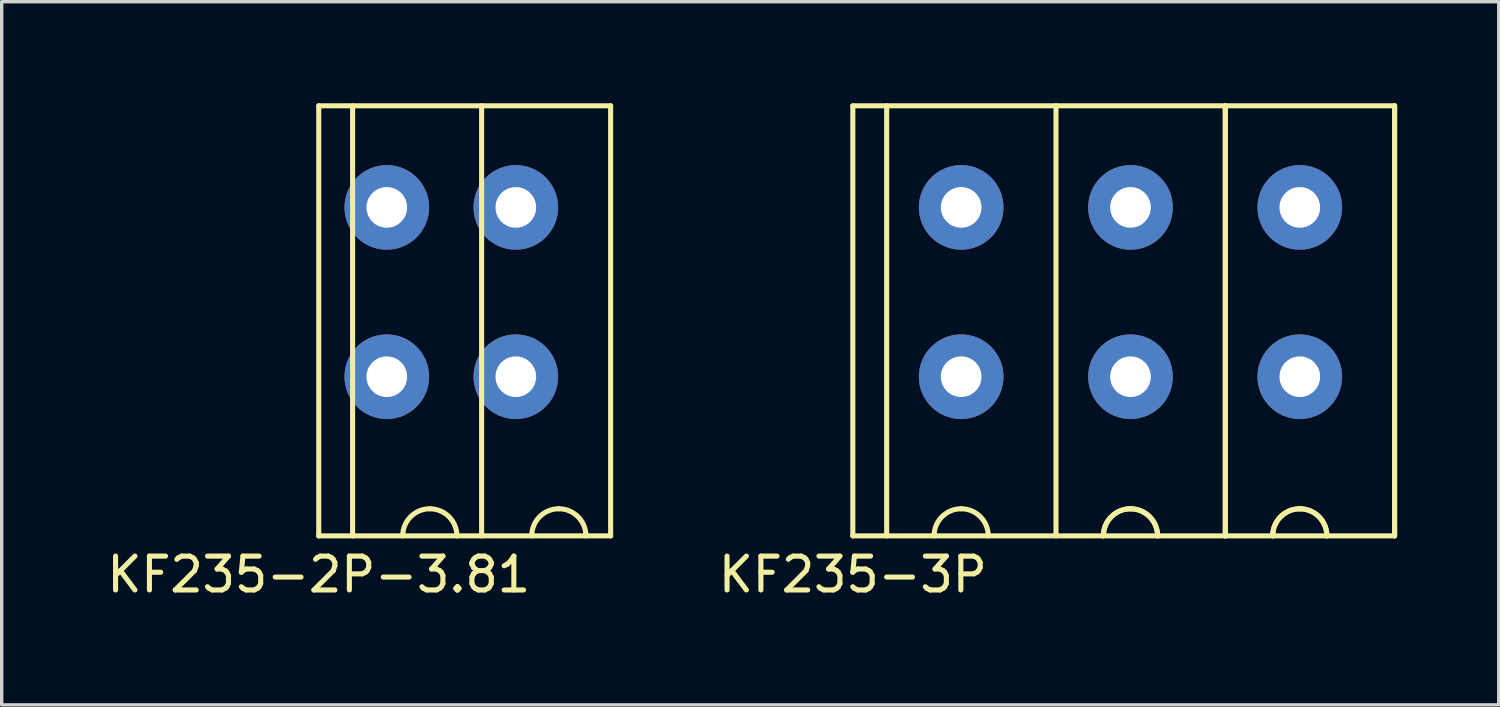
<source format=kicad_pcb>
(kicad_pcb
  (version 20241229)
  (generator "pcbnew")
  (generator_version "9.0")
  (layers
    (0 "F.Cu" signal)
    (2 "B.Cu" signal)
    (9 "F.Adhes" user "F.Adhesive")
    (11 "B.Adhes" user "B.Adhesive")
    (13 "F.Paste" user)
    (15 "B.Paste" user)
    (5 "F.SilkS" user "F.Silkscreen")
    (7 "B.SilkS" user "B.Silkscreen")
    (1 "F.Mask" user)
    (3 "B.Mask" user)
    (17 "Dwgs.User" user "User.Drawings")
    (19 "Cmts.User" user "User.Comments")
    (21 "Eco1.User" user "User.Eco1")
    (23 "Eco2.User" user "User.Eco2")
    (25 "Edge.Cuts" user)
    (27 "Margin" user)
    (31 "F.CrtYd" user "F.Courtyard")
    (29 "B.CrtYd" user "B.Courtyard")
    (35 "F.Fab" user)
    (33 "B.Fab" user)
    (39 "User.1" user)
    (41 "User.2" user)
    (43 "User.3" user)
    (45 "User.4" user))
  (footprint "KF235-2P-3.81"
    (layer "F.Cu")
    (at 6.363 12.775)
    (property "Reference" "KF235-2P-3.81" (at 0 1.143 0) (layer "F.SilkS") (effects (font (size 1 1) (thickness 0.15))))
    (attr through_hole)
    (fp_line (start 0 -12.7) (end 8.62 -12.7) (stroke (width 0.15) (type solid)) (layer "F.SilkS"))
    (fp_line (start 0 0) (end 0 -12.7) (stroke (width 0.15) (type solid)) (layer "F.SilkS"))
    (fp_line (start 1 0) (end 1 -12.7) (stroke (width 0.15) (type solid)) (layer "F.SilkS"))
    (fp_line (start 4.81 0) (end 4.81 -12.7) (stroke (width 0.15) (type solid)) (layer "F.SilkS"))
    (fp_line (start 8.62 -12.7) (end 8.62 0) (stroke (width 0.15) (type solid)) (layer "F.SilkS"))
    (fp_line (start 8.62 0) (end 0 0) (stroke (width 0.15) (type solid)) (layer "F.SilkS"))
    (fp_arc (start 2.48 0) (mid 2.714315 -0.565685) (end 3.28 -0.8) (stroke (width 0.15) (type solid)) (layer "F.SilkS"))
    (fp_arc (start 3.28 -0.8) (mid 3.845685 -0.565685) (end 4.08 0) (stroke (width 0.15) (type solid)) (layer "F.SilkS"))
    (fp_arc (start 6.29 0) (mid 6.524315 -0.565685) (end 7.09 -0.8) (stroke (width 0.15) (type solid)) (layer "F.SilkS"))
    (fp_arc (start 7.09 -0.8) (mid 7.655685 -0.565685) (end 7.89 0) (stroke (width 0.15) (type solid)) (layer "F.SilkS"))
    (pad "1" thru_hole circle (at 5.82 -9.7) (size 2.5 2.5) (drill 1.2) (layers "*.Cu" "*.Mask"))
    (pad "1" thru_hole circle (at 5.82 -4.7) (size 2.5 2.5) (drill 1.2) (layers "*.Cu" "*.Mask"))
    (pad "2" thru_hole circle (at 2.01 -9.7) (size 2.5 2.5) (drill 1.2) (layers "*.Cu" "*.Mask"))
    (pad "2" thru_hole circle (at 2.01 -4.7) (size 2.5 2.5) (drill 1.2) (layers "*.Cu" "*.Mask")))
  (footprint "KF235-3P"
    (layer "F.Cu")
    (at 22.135 12.775)
    (property "Reference" "KF235-3P" (at 0 1.143 0) (layer "F.SilkS") (effects (font (size 1 1) (thickness 0.15))))
    (attr through_hole)
    (fp_line (start 0 -12.7) (end 11 -12.7) (stroke (width 0.15) (type solid)) (layer "F.SilkS"))
    (fp_line (start 0 0) (end 0 -12.7) (stroke (width 0.15) (type solid)) (layer "F.SilkS"))
    (fp_line (start 1 0) (end 1 -12.7) (stroke (width 0.15) (type solid)) (layer "F.SilkS"))
    (fp_line (start 6 0) (end 6 -12.7) (stroke (width 0.15) (type solid)) (layer "F.SilkS"))
    (fp_line (start 11 -12.7) (end 11 0) (stroke (width 0.15) (type solid)) (layer "F.SilkS"))
    (fp_line (start 11 -12.7) (end 11 0) (stroke (width 0.15) (type solid)) (layer "F.SilkS"))
    (fp_line (start 11 -12.7) (end 16 -12.7) (stroke (width 0.15) (type solid)) (layer "F.SilkS"))
    (fp_line (start 11 0) (end 0 0) (stroke (width 0.15) (type solid)) (layer "F.SilkS"))
    (fp_line (start 11 0) (end 16 0) (stroke (width 0.15) (type solid)) (layer "F.SilkS"))
    (fp_line (start 16 -12.7) (end 16 0) (stroke (width 0.15) (type solid)) (layer "F.SilkS"))
    (fp_line (start 16 -12.7) (end 16 0) (stroke (width 0.15) (type solid)) (layer "F.SilkS"))
    (fp_arc (start 2.4 0) (mid 2.634315 -0.565685) (end 3.2 -0.8) (stroke (width 0.15) (type solid)) (layer "F.SilkS"))
    (fp_arc (start 3.2 -0.8) (mid 3.765685 -0.565685) (end 4 0) (stroke (width 0.15) (type solid)) (layer "F.SilkS"))
    (fp_arc (start 7.4 0) (mid 7.634315 -0.565685) (end 8.2 -0.8) (stroke (width 0.15) (type solid)) (layer "F.SilkS"))
    (fp_arc (start 7.4 0) (mid 7.634315 -0.565685) (end 8.2 -0.8) (stroke (width 0.15) (type solid)) (layer "F.SilkS"))
    (fp_arc (start 8.2 -0.8) (mid 8.765685 -0.565685) (end 9 0) (stroke (width 0.15) (type solid)) (layer "F.SilkS"))
    (fp_arc (start 8.2 -0.8) (mid 8.765685 -0.565685) (end 9 0) (stroke (width 0.15) (type solid)) (layer "F.SilkS"))
    (fp_arc (start 12.4 0) (mid 12.634315 -0.565685) (end 13.2 -0.8) (stroke (width 0.15) (type solid)) (layer "F.SilkS"))
    (fp_arc (start 12.4 0) (mid 12.634315 -0.565685) (end 13.2 -0.8) (stroke (width 0.15) (type solid)) (layer "F.SilkS"))
    (fp_arc (start 13.2 -0.8) (mid 13.765685 -0.565685) (end 14 0) (stroke (width 0.15) (type solid)) (layer "F.SilkS"))
    (fp_arc (start 13.2 -0.8) (mid 13.765685 -0.565685) (end 14 0) (stroke (width 0.15) (type solid)) (layer "F.SilkS"))
    (pad "1" thru_hole circle (at 13.2 -9.7) (size 2.5 2.5) (drill 1.2) (layers "*.Cu" "*.Mask"))
    (pad "1" thru_hole circle (at 13.2 -4.7) (size 2.5 2.5) (drill 1.2) (layers "*.Cu" "*.Mask"))
    (pad "2" thru_hole circle (at 8.2 -9.7) (size 2.5 2.5) (drill 1.2) (layers "*.Cu" "*.Mask"))
    (pad "2" thru_hole circle (at 8.2 -4.7) (size 2.5 2.5) (drill 1.2) (layers "*.Cu" "*.Mask"))
    (pad "3" thru_hole circle (at 3.2 -9.7) (size 2.5 2.5) (drill 1.2) (layers "*.Cu" "*.Mask"))
    (pad "3" thru_hole circle (at 3.2 -4.7) (size 2.5 2.5) (drill 1.2) (layers "*.Cu" "*.Mask")))
  (gr_rect
    (start -3 -3)
    (end 41.21 17.766)
    (stroke (width 0.1) (type default))
    (fill no)
    (layer "Edge.Cuts")))
</source>
